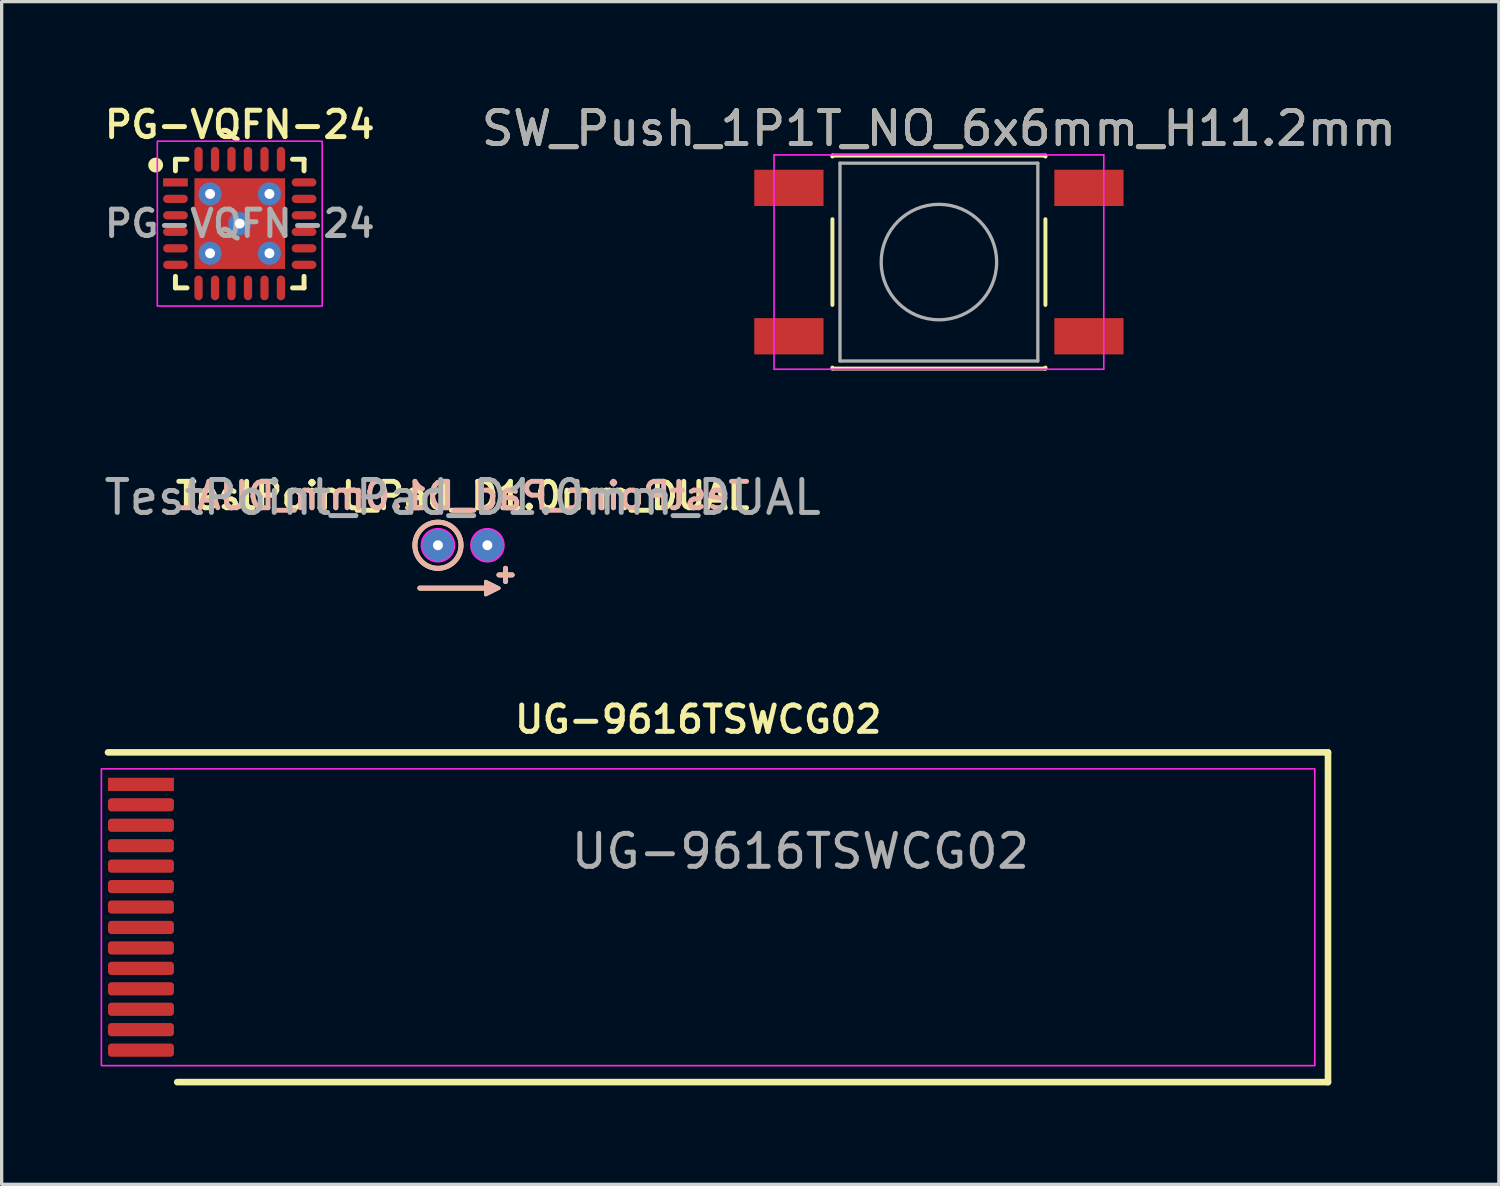
<source format=kicad_pcb>
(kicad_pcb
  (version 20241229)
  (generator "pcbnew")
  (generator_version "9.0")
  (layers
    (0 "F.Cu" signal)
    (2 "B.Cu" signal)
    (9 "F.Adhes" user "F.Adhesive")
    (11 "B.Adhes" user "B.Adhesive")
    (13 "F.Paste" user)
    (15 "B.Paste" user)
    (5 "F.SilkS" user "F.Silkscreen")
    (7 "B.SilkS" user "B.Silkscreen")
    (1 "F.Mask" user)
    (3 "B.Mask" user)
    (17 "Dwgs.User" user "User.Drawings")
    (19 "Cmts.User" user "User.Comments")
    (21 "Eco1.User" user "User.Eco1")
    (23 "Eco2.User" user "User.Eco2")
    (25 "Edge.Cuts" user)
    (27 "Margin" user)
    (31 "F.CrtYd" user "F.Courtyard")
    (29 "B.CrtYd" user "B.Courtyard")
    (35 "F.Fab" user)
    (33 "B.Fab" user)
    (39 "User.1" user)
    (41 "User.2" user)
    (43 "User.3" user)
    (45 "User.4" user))
  (footprint "PG-VQFN-24"
    (layer "F.Cu")
    (at 4.221 3.731)
    (property "Reference" "PG-VQFN-24" (at 0 -3 0) (unlocked yes) (layer "F.SilkS") (effects (font (size 0.8 0.8) (thickness 0.15) (bold yes))))
    (attr smd)
    (fp_line (start -1.95 -1.6) (end -1.95 -1.95) (stroke (width 0.15) (type default)) (layer "F.SilkS"))
    (fp_line (start -1.95 1.6) (end -1.95 1.95) (stroke (width 0.15) (type default)) (layer "F.SilkS"))
    (fp_line (start -1.6 -1.95) (end -1.95 -1.95) (stroke (width 0.15) (type default)) (layer "F.SilkS"))
    (fp_line (start -1.6 1.95) (end -1.95 1.95) (stroke (width 0.15) (type default)) (layer "F.SilkS"))
    (fp_line (start 1.6 -1.95) (end 1.95 -1.95) (stroke (width 0.15) (type default)) (layer "F.SilkS"))
    (fp_line (start 1.6 1.95) (end 1.95 1.95) (stroke (width 0.15) (type default)) (layer "F.SilkS"))
    (fp_line (start 1.95 -1.6) (end 1.95 -1.95) (stroke (width 0.15) (type default)) (layer "F.SilkS"))
    (fp_line (start 1.95 1.6) (end 1.95 1.95) (stroke (width 0.15) (type default)) (layer "F.SilkS"))
    (fp_circle (center -2.55 -1.775) (end -2.4 -1.775) (stroke (width 0.15) (type solid)) (fill yes) (layer "F.SilkS"))
    (fp_rect (start -2.5 -2.5) (end 2.5 2.5) (stroke (width 0.05) (type default)) (fill no) (layer "F.CrtYd"))
    (fp_text user "${REFERENCE}" (at 0 0 0) (unlocked yes) (layer "F.Fab") (effects (font (size 0.8 0.8) (thickness 0.15))))
    (pad "1" smd rect (at -1.95 -1.25 90) (size 0.25 0.75) (layers "F.Cu" "F.Mask" "F.Paste"))
    (pad "2" smd oval (at -1.95 -0.75 90) (size 0.25 0.75) (layers "F.Cu" "F.Mask" "F.Paste"))
    (pad "3" smd oval (at -1.95 -0.25 90) (size 0.25 0.75) (layers "F.Cu" "F.Mask" "F.Paste"))
    (pad "4" smd oval (at -1.95 0.25 90) (size 0.25 0.75) (layers "F.Cu" "F.Mask" "F.Paste"))
    (pad "5" smd oval (at -1.95 0.75 90) (size 0.25 0.75) (layers "F.Cu" "F.Mask" "F.Paste"))
    (pad "6" smd oval (at -1.95 1.25 90) (size 0.25 0.75) (layers "F.Cu" "F.Mask" "F.Paste"))
    (pad "7" smd oval (at -1.25 1.95) (size 0.25 0.75) (layers "F.Cu" "F.Mask" "F.Paste"))
    (pad "8" smd oval (at -0.75 1.95) (size 0.25 0.75) (layers "F.Cu" "F.Mask" "F.Paste"))
    (pad "9" smd oval (at -0.25 1.95) (size 0.25 0.75) (layers "F.Cu" "F.Mask" "F.Paste"))
    (pad "10" smd oval (at 0.25 1.95) (size 0.25 0.75) (layers "F.Cu" "F.Mask" "F.Paste"))
    (pad "11" smd oval (at 0.75 1.95) (size 0.25 0.75) (layers "F.Cu" "F.Mask" "F.Paste"))
    (pad "12" smd oval (at 1.25 1.95) (size 0.25 0.75) (layers "F.Cu" "F.Mask" "F.Paste"))
    (pad "13" smd oval (at 1.95 1.25 270) (size 0.25 0.75) (layers "F.Cu" "F.Mask" "F.Paste"))
    (pad "14" smd oval (at 1.95 0.75 270) (size 0.25 0.75) (layers "F.Cu" "F.Mask" "F.Paste"))
    (pad "15" smd oval (at 1.95 0.25 270) (size 0.25 0.75) (layers "F.Cu" "F.Mask" "F.Paste"))
    (pad "16" smd oval (at 1.95 -0.25 270) (size 0.25 0.75) (layers "F.Cu" "F.Mask" "F.Paste"))
    (pad "17" smd oval (at 1.95 -0.75 270) (size 0.25 0.75) (layers "F.Cu" "F.Mask" "F.Paste"))
    (pad "18" smd oval (at 1.95 -1.25 270) (size 0.25 0.75) (layers "F.Cu" "F.Mask" "F.Paste"))
    (pad "19" smd oval (at 1.25 -1.95 180) (size 0.25 0.75) (layers "F.Cu" "F.Mask" "F.Paste"))
    (pad "20" smd oval (at 0.75 -1.95 180) (size 0.25 0.75) (layers "F.Cu" "F.Mask" "F.Paste"))
    (pad "21" smd oval (at 0.25 -1.95 180) (size 0.25 0.75) (layers "F.Cu" "F.Mask" "F.Paste"))
    (pad "22" smd oval (at -0.25 -1.95 180) (size 0.25 0.75) (layers "F.Cu" "F.Mask" "F.Paste"))
    (pad "23" smd oval (at -0.75 -1.95 180) (size 0.25 0.75) (layers "F.Cu" "F.Mask" "F.Paste"))
    (pad "24" smd oval (at -1.25 -1.95 180) (size 0.25 0.75) (layers "F.Cu" "F.Mask" "F.Paste"))
    (pad "25" thru_hole circle (at -0.9 -0.9) (size 0.7 0.7) (drill 0.3) (property pad_prop_heatsink) (layers "*.Cu" "*.Mask"))
    (pad "25" thru_hole circle (at -0.9 0.9) (size 0.7 0.7) (drill 0.3) (property pad_prop_heatsink) (layers "*.Cu" "*.Mask"))
    (pad "25" thru_hole circle (at 0 0) (size 0.7 0.7) (drill 0.3) (property pad_prop_heatsink) (layers "*.Cu" "*.Mask"))
    (pad "25" smd rect (at 0 0 180) (size 2.75 2.75) (layers "F.Cu" "F.Mask" "F.Paste"))
    (pad "25" thru_hole circle (at 0.9 -0.9) (size 0.7 0.7) (drill 0.3) (property pad_prop_heatsink) (layers "*.Cu" "*.Mask"))
    (pad "25" thru_hole circle (at 0.9 0.9) (size 0.7 0.7) (drill 0.3) (property pad_prop_heatsink) (layers "*.Cu" "*.Mask")))
  (footprint "UG-9616TSWCG02"
    (layer "F.Cu")
    (at 1.225 24.768)
    (property "Reference" "UG-9616TSWCG02" (at 16.9 -6 0) (unlocked yes) (layer "F.SilkS") (effects (font (size 0.8 0.8) (thickness 0.15) (bold yes))))
    (attr smd)
    (fp_line (start -1 -5) (end 36 -5) (stroke (width 0.2) (type default)) (layer "F.SilkS"))
    (fp_line (start 36 -5) (end 36 5) (stroke (width 0.2) (type default)) (layer "F.SilkS"))
    (fp_line (start 36 5) (end 1.1 5) (stroke (width 0.2) (type default)) (layer "F.SilkS"))
    (fp_rect (start -1.2 -4.5) (end 35.6 4.5) (stroke (width 0.05) (type default)) (fill no) (layer "F.CrtYd"))
    (fp_text user "${REFERENCE}" (at 20 -2 0) (unlocked yes) (layer "F.Fab") (effects (font (size 1 1) (thickness 0.15))))
    (pad "1" smd rect (at 0 -4.03 90) (size 0.4 2) (layers "F.Cu" "F.Mask" "F.Paste"))
    (pad "2" smd roundrect (at 0 -3.41 90) (size 0.4 2) (layers "F.Cu" "F.Mask" "F.Paste") (roundrect_rratio 0.25))
    (pad "3" smd roundrect (at 0 -2.79 90) (size 0.4 2) (layers "F.Cu" "F.Mask" "F.Paste") (roundrect_rratio 0.25))
    (pad "4" smd roundrect (at 0 -2.17 90) (size 0.4 2) (layers "F.Cu" "F.Mask" "F.Paste") (roundrect_rratio 0.25))
    (pad "5" smd roundrect (at 0 -1.55 90) (size 0.4 2) (layers "F.Cu" "F.Mask" "F.Paste") (roundrect_rratio 0.25))
    (pad "6" smd roundrect (at 0 -0.93 90) (size 0.4 2) (layers "F.Cu" "F.Mask" "F.Paste") (roundrect_rratio 0.25))
    (pad "7" smd roundrect (at 0 -0.31 90) (size 0.4 2) (layers "F.Cu" "F.Mask" "F.Paste") (roundrect_rratio 0.25))
    (pad "8" smd roundrect (at 0 0.31 90) (size 0.4 2) (layers "F.Cu" "F.Mask" "F.Paste") (roundrect_rratio 0.25))
    (pad "9" smd roundrect (at 0 0.93 90) (size 0.4 2) (layers "F.Cu" "F.Mask" "F.Paste") (roundrect_rratio 0.25))
    (pad "10" smd roundrect (at 0 1.55 90) (size 0.4 2) (layers "F.Cu" "F.Mask" "F.Paste") (roundrect_rratio 0.25))
    (pad "11" smd roundrect (at 0 2.17 90) (size 0.4 2) (layers "F.Cu" "F.Mask" "F.Paste") (roundrect_rratio 0.25))
    (pad "12" smd roundrect (at 0 2.79 90) (size 0.4 2) (layers "F.Cu" "F.Mask" "F.Paste") (roundrect_rratio 0.25))
    (pad "13" smd roundrect (at 0 3.41 90) (size 0.4 2) (layers "F.Cu" "F.Mask" "F.Paste") (roundrect_rratio 0.25))
    (pad "14" smd roundrect (at 0 4.03 90) (size 0.4 2) (layers "F.Cu" "F.Mask" "F.Paste") (roundrect_rratio 0.25)))
  (footprint "SW_Push_1P1T_NO_6x6mm_H11.2mm"
    (layer "F.Cu")
    (at 25.425 4.898)
    (property "Reference" "SW_Push_1P1T_NO_6x6mm_H11.2mm" (at 0 -4.05 0) (layer "F.SilkS") (effects (font (size 1 1) (thickness 0.15))))
    (attr smd)
    (fp_line (start -3.23 -3.23) (end 3.23 -3.23) (stroke (width 0.12) (type solid)) (layer "F.SilkS"))
    (fp_line (start -3.23 -3.2) (end -3.23 -3.23) (stroke (width 0.12) (type solid)) (layer "F.SilkS"))
    (fp_line (start -3.23 -1.3) (end -3.23 1.3) (stroke (width 0.12) (type solid)) (layer "F.SilkS"))
    (fp_line (start -3.23 3.23) (end -3.23 3.2) (stroke (width 0.12) (type solid)) (layer "F.SilkS"))
    (fp_line (start -3.23 3.23) (end 3.23 3.23) (stroke (width 0.12) (type solid)) (layer "F.SilkS"))
    (fp_line (start 3.23 -3.23) (end 3.23 -3.2) (stroke (width 0.12) (type solid)) (layer "F.SilkS"))
    (fp_line (start 3.23 -1.3) (end 3.23 1.3) (stroke (width 0.12) (type solid)) (layer "F.SilkS"))
    (fp_line (start 3.23 3.23) (end 3.23 3.2) (stroke (width 0.12) (type solid)) (layer "F.SilkS"))
    (fp_line (start -5 -3.25) (end -5 3.25) (stroke (width 0.05) (type solid)) (layer "F.CrtYd"))
    (fp_line (start -5 -3.25) (end 5 -3.25) (stroke (width 0.05) (type solid)) (layer "F.CrtYd"))
    (fp_line (start -5 3.25) (end 5 3.25) (stroke (width 0.05) (type solid)) (layer "F.CrtYd"))
    (fp_line (start 5 3.25) (end 5 -3.25) (stroke (width 0.05) (type solid)) (layer "F.CrtYd"))
    (fp_line (start -3 -3) (end -3 3) (stroke (width 0.1) (type solid)) (layer "F.Fab"))
    (fp_line (start -3 3) (end 3 3) (stroke (width 0.1) (type solid)) (layer "F.Fab"))
    (fp_line (start 3 -3) (end -3 -3) (stroke (width 0.1) (type solid)) (layer "F.Fab"))
    (fp_line (start 3 3) (end 3 -3) (stroke (width 0.1) (type solid)) (layer "F.Fab"))
    (fp_circle (center 0 0) (end 1.75 -0.05) (stroke (width 0.1) (type solid)) (fill no) (layer "F.Fab"))
    (fp_text user "${REFERENCE}" (at 0 -4.05 0) (layer "F.Fab") (effects (font (size 1 1) (thickness 0.15))))
    (pad "1" smd rect (at -4.55 -2.25) (size 2.1 1.1) (layers "F.Cu" "F.Mask" "F.Paste"))
    (pad "1" smd rect (at 4.55 -2.25) (size 2.1 1.1) (layers "F.Cu" "F.Mask" "F.Paste"))
    (pad "2" smd rect (at -4.55 2.25) (size 2.1 1.1) (layers "F.Cu" "F.Mask" "F.Paste"))
    (pad "2" smd rect (at 4.55 2.25) (size 2.1 1.1) (layers "F.Cu" "F.Mask" "F.Paste")))
  (footprint "TestPoint_Pad_D1.0mm_DUAL"
    (layer "F.Cu")
    (at 10.982 13.486)
    (property "Reference" "TestPoint_Pad_D1.0mm_DUAL" (at 0 -1.5 0) (layer "F.SilkS") (effects (font (size 0.8 0.8) (thickness 0.15))))
    (attr exclude_from_pos_files exclude_from_bom)
    (fp_line (start -1.3 1.3) (end 0.75 1.3) (stroke (width 0.15) (type default)) (layer "F.SilkS"))
    (fp_line (start 1.3 0.7) (end 1.3 1.1) (stroke (width 0.15) (type default)) (layer "F.SilkS"))
    (fp_line (start 1.5 0.9) (end 1.1 0.9) (stroke (width 0.15) (type default)) (layer "F.SilkS"))
    (fp_circle (center -0.75 0) (end -0.05 0) (stroke (width 0.15) (type solid)) (fill no) (layer "F.SilkS"))
    (fp_poly (pts (xy 0.7 1.5) (xy 0.7 1.1) (xy 1.1 1.3)) (stroke (width 0.1) (type solid)) (fill yes) (layer "F.SilkS"))
    (fp_line (start -1.3 1.3) (end 0.75 1.3) (stroke (width 0.15) (type default)) (layer "B.SilkS"))
    (fp_line (start 1.3 0.7) (end 1.3 1.1) (stroke (width 0.15) (type default)) (layer "B.SilkS"))
    (fp_line (start 1.5 0.9) (end 1.1 0.9) (stroke (width 0.15) (type default)) (layer "B.SilkS"))
    (fp_circle (center -0.75 0) (end -0.05 0) (stroke (width 0.15) (type solid)) (fill no) (layer "B.SilkS"))
    (fp_poly (pts (xy 0.7 1.5) (xy 0.7 1.1) (xy 1.1 1.3)) (stroke (width 0.1) (type solid)) (fill yes) (layer "B.SilkS"))
    (fp_circle (center -0.75 0) (end -0.25 0) (stroke (width 0.05) (type solid)) (fill no) (layer "F.CrtYd"))
    (fp_circle (center 0.75 0) (end 1.25 0) (stroke (width 0.05) (type solid)) (fill no) (layer "F.CrtYd"))
    (fp_text user "${REFERENCE}" (at 0 -1.5 0) (layer "B.SilkS") (effects (font (size 0.8 0.8) (thickness 0.15)) (justify mirror)))
    (fp_text user "${REFERENCE}" (at 0 -1.45 0) (layer "F.Fab") (effects (font (size 1 1) (thickness 0.15))))
    (pad "1" thru_hole circle (at -0.75 0) (size 1 1) (drill 0.3) (property pad_prop_testpoint) (layers "*.Cu" "*.Mask"))
    (pad "2" thru_hole circle (at 0.75 0) (size 1 1) (drill 0.3) (property pad_prop_testpoint) (layers "*.Cu" "*.Mask")))
  (gr_rect
    (start -3 -3)
    (end 42.407 32.868)
    (stroke (width 0.1) (type default))
    (fill no)
    (layer "Edge.Cuts")))
</source>
